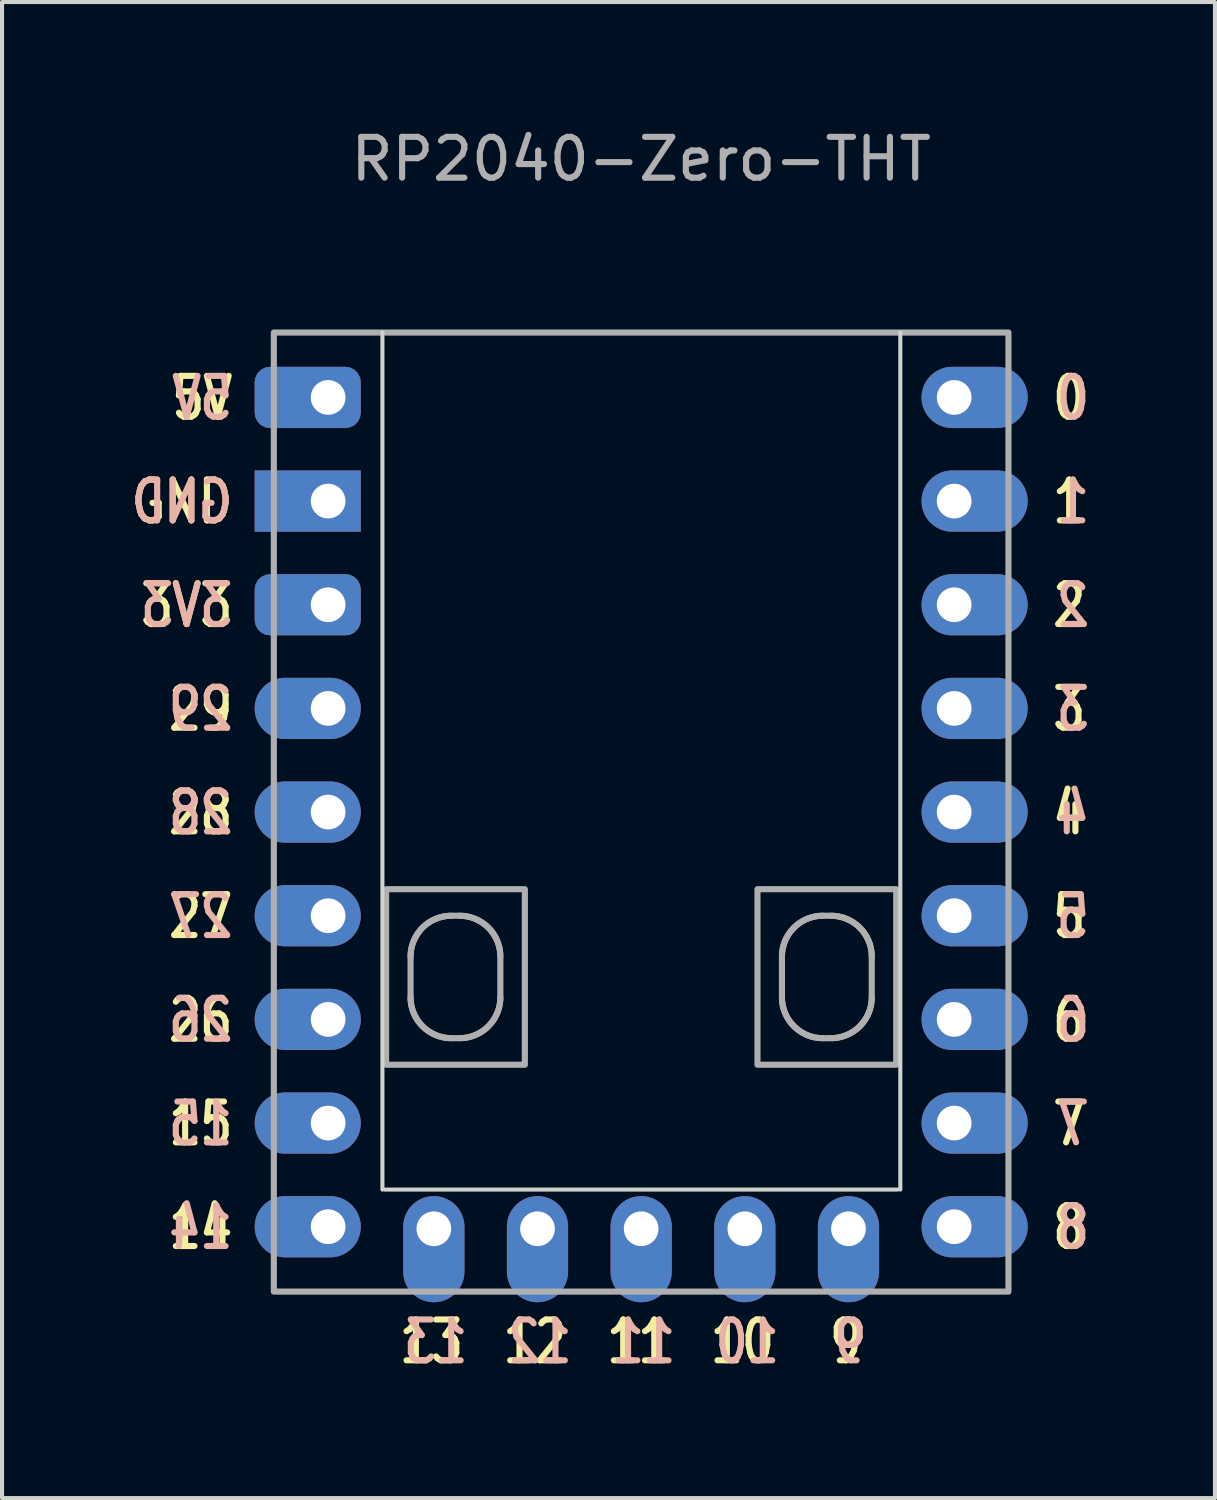
<source format=kicad_pcb>
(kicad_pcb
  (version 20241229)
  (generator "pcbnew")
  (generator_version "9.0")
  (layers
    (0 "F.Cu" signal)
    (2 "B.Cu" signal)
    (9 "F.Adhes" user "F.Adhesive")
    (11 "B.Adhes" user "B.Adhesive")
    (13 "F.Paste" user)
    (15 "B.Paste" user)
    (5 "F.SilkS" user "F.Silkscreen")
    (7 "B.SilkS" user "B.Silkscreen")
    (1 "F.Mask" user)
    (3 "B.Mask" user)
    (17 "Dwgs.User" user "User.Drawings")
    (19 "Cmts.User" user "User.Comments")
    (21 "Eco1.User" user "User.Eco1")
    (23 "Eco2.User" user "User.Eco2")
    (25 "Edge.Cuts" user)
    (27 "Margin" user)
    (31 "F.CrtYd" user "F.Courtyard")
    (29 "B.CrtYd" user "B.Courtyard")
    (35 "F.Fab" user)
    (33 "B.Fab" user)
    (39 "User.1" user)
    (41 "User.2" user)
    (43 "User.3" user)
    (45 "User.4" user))
  (footprint "RP2040-Zero-THT"
    (layer "F.Cu")
    (at 12.66 16.848)
    (property "Reference" "RP2040-Zero-THT" (at 0 -16 0) (layer "F.Fab") (effects (font (size 1 1) (thickness 0.15))))
    (attr through_hole exclude_from_pos_files)
    (fp_line (start -6.34 -11.75) (end -6.34 9.25) (stroke (width 0.1) (type solid)) (layer "Edge.Cuts"))
    (fp_line (start -6.28 9.25) (end 6.28 9.25) (stroke (width 0.1) (type solid)) (layer "Edge.Cuts"))
    (fp_line (start 6.35 9.25) (end 6.35 -11.75) (stroke (width 0.1) (type solid)) (layer "Edge.Cuts"))
    (fp_line (start -5.65 3.54) (end -5.649 3.489) (stroke (width 0.15) (type solid)) (layer "F.Fab"))
    (fp_line (start -5.65 4.54) (end -5.65 3.54) (stroke (width 0.15) (type solid)) (layer "F.Fab"))
    (fp_line (start -5.649 3.489) (end -5.645 3.438) (stroke (width 0.15) (type solid)) (layer "F.Fab"))
    (fp_line (start -5.649 4.591) (end -5.65 4.54) (stroke (width 0.15) (type solid)) (layer "F.Fab"))
    (fp_line (start -5.645 3.438) (end -5.638 3.388) (stroke (width 0.15) (type solid)) (layer "F.Fab"))
    (fp_line (start -5.645 4.642) (end -5.649 4.591) (stroke (width 0.15) (type solid)) (layer "F.Fab"))
    (fp_line (start -5.638 3.388) (end -5.63 3.339) (stroke (width 0.15) (type solid)) (layer "F.Fab"))
    (fp_line (start -5.638 4.692) (end -5.645 4.642) (stroke (width 0.15) (type solid)) (layer "F.Fab"))
    (fp_line (start -5.63 3.339) (end -5.618 3.29) (stroke (width 0.15) (type solid)) (layer "F.Fab"))
    (fp_line (start -5.63 4.741) (end -5.638 4.692) (stroke (width 0.15) (type solid)) (layer "F.Fab"))
    (fp_line (start -5.618 3.29) (end -5.605 3.243) (stroke (width 0.15) (type solid)) (layer "F.Fab"))
    (fp_line (start -5.618 4.79) (end -5.63 4.741) (stroke (width 0.15) (type solid)) (layer "F.Fab"))
    (fp_line (start -5.605 3.243) (end -5.589 3.196) (stroke (width 0.15) (type solid)) (layer "F.Fab"))
    (fp_line (start -5.605 4.837) (end -5.618 4.79) (stroke (width 0.15) (type solid)) (layer "F.Fab"))
    (fp_line (start -5.589 3.196) (end -5.571 3.151) (stroke (width 0.15) (type solid)) (layer "F.Fab"))
    (fp_line (start -5.589 4.884) (end -5.605 4.837) (stroke (width 0.15) (type solid)) (layer "F.Fab"))
    (fp_line (start -5.571 3.151) (end -5.551 3.107) (stroke (width 0.15) (type solid)) (layer "F.Fab"))
    (fp_line (start -5.571 4.929) (end -5.589 4.884) (stroke (width 0.15) (type solid)) (layer "F.Fab"))
    (fp_line (start -5.551 3.107) (end -5.529 3.064) (stroke (width 0.15) (type solid)) (layer "F.Fab"))
    (fp_line (start -5.551 4.973) (end -5.571 4.929) (stroke (width 0.15) (type solid)) (layer "F.Fab"))
    (fp_line (start -5.529 3.064) (end -5.505 3.022) (stroke (width 0.15) (type solid)) (layer "F.Fab"))
    (fp_line (start -5.529 5.016) (end -5.551 4.973) (stroke (width 0.15) (type solid)) (layer "F.Fab"))
    (fp_line (start -5.505 3.022) (end -5.479 2.981) (stroke (width 0.15) (type solid)) (layer "F.Fab"))
    (fp_line (start -5.505 5.058) (end -5.529 5.016) (stroke (width 0.15) (type solid)) (layer "F.Fab"))
    (fp_line (start -5.479 2.981) (end -5.451 2.942) (stroke (width 0.15) (type solid)) (layer "F.Fab"))
    (fp_line (start -5.479 5.099) (end -5.505 5.058) (stroke (width 0.15) (type solid)) (layer "F.Fab"))
    (fp_line (start -5.451 2.942) (end -5.422 2.904) (stroke (width 0.15) (type solid)) (layer "F.Fab"))
    (fp_line (start -5.451 5.138) (end -5.479 5.099) (stroke (width 0.15) (type solid)) (layer "F.Fab"))
    (fp_line (start -5.422 2.904) (end -5.39 2.868) (stroke (width 0.15) (type solid)) (layer "F.Fab"))
    (fp_line (start -5.422 5.176) (end -5.451 5.138) (stroke (width 0.15) (type solid)) (layer "F.Fab"))
    (fp_line (start -5.39 2.868) (end -5.357 2.833) (stroke (width 0.15) (type solid)) (layer "F.Fab"))
    (fp_line (start -5.39 5.212) (end -5.422 5.176) (stroke (width 0.15) (type solid)) (layer "F.Fab"))
    (fp_line (start -5.357 2.833) (end -5.322 2.8) (stroke (width 0.15) (type solid)) (layer "F.Fab"))
    (fp_line (start -5.357 5.247) (end -5.39 5.212) (stroke (width 0.15) (type solid)) (layer "F.Fab"))
    (fp_line (start -5.322 2.8) (end -5.286 2.768) (stroke (width 0.15) (type solid)) (layer "F.Fab"))
    (fp_line (start -5.322 5.28) (end -5.357 5.247) (stroke (width 0.15) (type solid)) (layer "F.Fab"))
    (fp_line (start -5.286 2.768) (end -5.248 2.739) (stroke (width 0.15) (type solid)) (layer "F.Fab"))
    (fp_line (start -5.286 5.312) (end -5.322 5.28) (stroke (width 0.15) (type solid)) (layer "F.Fab"))
    (fp_line (start -5.248 2.739) (end -5.209 2.711) (stroke (width 0.15) (type solid)) (layer "F.Fab"))
    (fp_line (start -5.248 5.341) (end -5.286 5.312) (stroke (width 0.15) (type solid)) (layer "F.Fab"))
    (fp_line (start -5.209 2.711) (end -5.168 2.685) (stroke (width 0.15) (type solid)) (layer "F.Fab"))
    (fp_line (start -5.209 5.369) (end -5.248 5.341) (stroke (width 0.15) (type solid)) (layer "F.Fab"))
    (fp_line (start -5.168 2.685) (end -5.126 2.661) (stroke (width 0.15) (type solid)) (layer "F.Fab"))
    (fp_line (start -5.168 5.395) (end -5.209 5.369) (stroke (width 0.15) (type solid)) (layer "F.Fab"))
    (fp_line (start -5.126 2.661) (end -5.083 2.639) (stroke (width 0.15) (type solid)) (layer "F.Fab"))
    (fp_line (start -5.126 5.419) (end -5.168 5.395) (stroke (width 0.15) (type solid)) (layer "F.Fab"))
    (fp_line (start -5.083 2.639) (end -5.039 2.619) (stroke (width 0.15) (type solid)) (layer "F.Fab"))
    (fp_line (start -5.083 5.441) (end -5.126 5.419) (stroke (width 0.15) (type solid)) (layer "F.Fab"))
    (fp_line (start -5.039 2.619) (end -4.994 2.601) (stroke (width 0.15) (type solid)) (layer "F.Fab"))
    (fp_line (start -5.039 5.461) (end -5.083 5.441) (stroke (width 0.15) (type solid)) (layer "F.Fab"))
    (fp_line (start -4.994 2.601) (end -4.947 2.585) (stroke (width 0.15) (type solid)) (layer "F.Fab"))
    (fp_line (start -4.994 5.479) (end -5.039 5.461) (stroke (width 0.15) (type solid)) (layer "F.Fab"))
    (fp_line (start -4.947 2.585) (end -4.9 2.572) (stroke (width 0.15) (type solid)) (layer "F.Fab"))
    (fp_line (start -4.947 5.495) (end -4.994 5.479) (stroke (width 0.15) (type solid)) (layer "F.Fab"))
    (fp_line (start -4.9 2.572) (end -4.851 2.56) (stroke (width 0.15) (type solid)) (layer "F.Fab"))
    (fp_line (start -4.9 5.508) (end -4.947 5.495) (stroke (width 0.15) (type solid)) (layer "F.Fab"))
    (fp_line (start -4.851 2.56) (end -4.802 2.552) (stroke (width 0.15) (type solid)) (layer "F.Fab"))
    (fp_line (start -4.851 5.52) (end -4.9 5.508) (stroke (width 0.15) (type solid)) (layer "F.Fab"))
    (fp_line (start -4.802 2.552) (end -4.752 2.545) (stroke (width 0.15) (type solid)) (layer "F.Fab"))
    (fp_line (start -4.802 5.528) (end -4.851 5.52) (stroke (width 0.15) (type solid)) (layer "F.Fab"))
    (fp_line (start -4.752 2.545) (end -4.701 2.541) (stroke (width 0.15) (type solid)) (layer "F.Fab"))
    (fp_line (start -4.752 5.535) (end -4.802 5.528) (stroke (width 0.15) (type solid)) (layer "F.Fab"))
    (fp_line (start -4.701 2.541) (end -4.65 2.54) (stroke (width 0.15) (type solid)) (layer "F.Fab"))
    (fp_line (start -4.701 5.539) (end -4.752 5.535) (stroke (width 0.15) (type solid)) (layer "F.Fab"))
    (fp_line (start -4.65 2.54) (end -4.45 2.54) (stroke (width 0.15) (type solid)) (layer "F.Fab"))
    (fp_line (start -4.65 5.54) (end -4.701 5.539) (stroke (width 0.15) (type solid)) (layer "F.Fab"))
    (fp_line (start -4.45 2.54) (end -4.399 2.541) (stroke (width 0.15) (type solid)) (layer "F.Fab"))
    (fp_line (start -4.45 5.54) (end -4.65 5.54) (stroke (width 0.15) (type solid)) (layer "F.Fab"))
    (fp_line (start -4.399 2.541) (end -4.348 2.545) (stroke (width 0.15) (type solid)) (layer "F.Fab"))
    (fp_line (start -4.399 5.539) (end -4.45 5.54) (stroke (width 0.15) (type solid)) (layer "F.Fab"))
    (fp_line (start -4.348 2.545) (end -4.298 2.552) (stroke (width 0.15) (type solid)) (layer "F.Fab"))
    (fp_line (start -4.348 5.535) (end -4.399 5.539) (stroke (width 0.15) (type solid)) (layer "F.Fab"))
    (fp_line (start -4.298 2.552) (end -4.249 2.56) (stroke (width 0.15) (type solid)) (layer "F.Fab"))
    (fp_line (start -4.298 5.528) (end -4.348 5.535) (stroke (width 0.15) (type solid)) (layer "F.Fab"))
    (fp_line (start -4.249 2.56) (end -4.2 2.572) (stroke (width 0.15) (type solid)) (layer "F.Fab"))
    (fp_line (start -4.249 5.52) (end -4.298 5.528) (stroke (width 0.15) (type solid)) (layer "F.Fab"))
    (fp_line (start -4.2 2.572) (end -4.153 2.585) (stroke (width 0.15) (type solid)) (layer "F.Fab"))
    (fp_line (start -4.2 5.508) (end -4.249 5.52) (stroke (width 0.15) (type solid)) (layer "F.Fab"))
    (fp_line (start -4.153 2.585) (end -4.106 2.601) (stroke (width 0.15) (type solid)) (layer "F.Fab"))
    (fp_line (start -4.153 5.495) (end -4.2 5.508) (stroke (width 0.15) (type solid)) (layer "F.Fab"))
    (fp_line (start -4.106 2.601) (end -4.061 2.619) (stroke (width 0.15) (type solid)) (layer "F.Fab"))
    (fp_line (start -4.106 5.479) (end -4.153 5.495) (stroke (width 0.15) (type solid)) (layer "F.Fab"))
    (fp_line (start -4.061 2.619) (end -4.017 2.639) (stroke (width 0.15) (type solid)) (layer "F.Fab"))
    (fp_line (start -4.061 5.461) (end -4.106 5.479) (stroke (width 0.15) (type solid)) (layer "F.Fab"))
    (fp_line (start -4.017 2.639) (end -3.974 2.661) (stroke (width 0.15) (type solid)) (layer "F.Fab"))
    (fp_line (start -4.017 5.441) (end -4.061 5.461) (stroke (width 0.15) (type solid)) (layer "F.Fab"))
    (fp_line (start -3.974 2.661) (end -3.932 2.685) (stroke (width 0.15) (type solid)) (layer "F.Fab"))
    (fp_line (start -3.974 5.419) (end -4.017 5.441) (stroke (width 0.15) (type solid)) (layer "F.Fab"))
    (fp_line (start -3.932 2.685) (end -3.891 2.711) (stroke (width 0.15) (type solid)) (layer "F.Fab"))
    (fp_line (start -3.932 5.395) (end -3.974 5.419) (stroke (width 0.15) (type solid)) (layer "F.Fab"))
    (fp_line (start -3.891 2.711) (end -3.852 2.739) (stroke (width 0.15) (type solid)) (layer "F.Fab"))
    (fp_line (start -3.891 5.369) (end -3.932 5.395) (stroke (width 0.15) (type solid)) (layer "F.Fab"))
    (fp_line (start -3.852 2.739) (end -3.814 2.768) (stroke (width 0.15) (type solid)) (layer "F.Fab"))
    (fp_line (start -3.852 5.341) (end -3.891 5.369) (stroke (width 0.15) (type solid)) (layer "F.Fab"))
    (fp_line (start -3.814 2.768) (end -3.778 2.8) (stroke (width 0.15) (type solid)) (layer "F.Fab"))
    (fp_line (start -3.814 5.312) (end -3.852 5.341) (stroke (width 0.15) (type solid)) (layer "F.Fab"))
    (fp_line (start -3.778 2.8) (end -3.743 2.833) (stroke (width 0.15) (type solid)) (layer "F.Fab"))
    (fp_line (start -3.778 5.28) (end -3.814 5.312) (stroke (width 0.15) (type solid)) (layer "F.Fab"))
    (fp_line (start -3.743 2.833) (end -3.71 2.868) (stroke (width 0.15) (type solid)) (layer "F.Fab"))
    (fp_line (start -3.743 5.247) (end -3.778 5.28) (stroke (width 0.15) (type solid)) (layer "F.Fab"))
    (fp_line (start -3.71 2.868) (end -3.678 2.904) (stroke (width 0.15) (type solid)) (layer "F.Fab"))
    (fp_line (start -3.71 5.212) (end -3.743 5.247) (stroke (width 0.15) (type solid)) (layer "F.Fab"))
    (fp_line (start -3.678 2.904) (end -3.649 2.942) (stroke (width 0.15) (type solid)) (layer "F.Fab"))
    (fp_line (start -3.678 5.176) (end -3.71 5.212) (stroke (width 0.15) (type solid)) (layer "F.Fab"))
    (fp_line (start -3.649 2.942) (end -3.621 2.981) (stroke (width 0.15) (type solid)) (layer "F.Fab"))
    (fp_line (start -3.649 5.138) (end -3.678 5.176) (stroke (width 0.15) (type solid)) (layer "F.Fab"))
    (fp_line (start -3.621 2.981) (end -3.595 3.022) (stroke (width 0.15) (type solid)) (layer "F.Fab"))
    (fp_line (start -3.621 5.099) (end -3.649 5.138) (stroke (width 0.15) (type solid)) (layer "F.Fab"))
    (fp_line (start -3.595 3.022) (end -3.571 3.064) (stroke (width 0.15) (type solid)) (layer "F.Fab"))
    (fp_line (start -3.595 5.058) (end -3.621 5.099) (stroke (width 0.15) (type solid)) (layer "F.Fab"))
    (fp_line (start -3.571 3.064) (end -3.549 3.107) (stroke (width 0.15) (type solid)) (layer "F.Fab"))
    (fp_line (start -3.571 5.016) (end -3.595 5.058) (stroke (width 0.15) (type solid)) (layer "F.Fab"))
    (fp_line (start -3.549 3.107) (end -3.529 3.151) (stroke (width 0.15) (type solid)) (layer "F.Fab"))
    (fp_line (start -3.549 4.973) (end -3.571 5.016) (stroke (width 0.15) (type solid)) (layer "F.Fab"))
    (fp_line (start -3.529 3.151) (end -3.511 3.196) (stroke (width 0.15) (type solid)) (layer "F.Fab"))
    (fp_line (start -3.529 4.929) (end -3.549 4.973) (stroke (width 0.15) (type solid)) (layer "F.Fab"))
    (fp_line (start -3.511 3.196) (end -3.495 3.243) (stroke (width 0.15) (type solid)) (layer "F.Fab"))
    (fp_line (start -3.511 4.884) (end -3.529 4.929) (stroke (width 0.15) (type solid)) (layer "F.Fab"))
    (fp_line (start -3.495 3.243) (end -3.482 3.29) (stroke (width 0.15) (type solid)) (layer "F.Fab"))
    (fp_line (start -3.495 4.837) (end -3.511 4.884) (stroke (width 0.15) (type solid)) (layer "F.Fab"))
    (fp_line (start -3.482 3.29) (end -3.47 3.339) (stroke (width 0.15) (type solid)) (layer "F.Fab"))
    (fp_line (start -3.482 4.79) (end -3.495 4.837) (stroke (width 0.15) (type solid)) (layer "F.Fab"))
    (fp_line (start -3.47 3.339) (end -3.462 3.388) (stroke (width 0.15) (type solid)) (layer "F.Fab"))
    (fp_line (start -3.47 4.741) (end -3.482 4.79) (stroke (width 0.15) (type solid)) (layer "F.Fab"))
    (fp_line (start -3.462 3.388) (end -3.455 3.438) (stroke (width 0.15) (type solid)) (layer "F.Fab"))
    (fp_line (start -3.462 4.692) (end -3.47 4.741) (stroke (width 0.15) (type solid)) (layer "F.Fab"))
    (fp_line (start -3.455 3.438) (end -3.451 3.489) (stroke (width 0.15) (type solid)) (layer "F.Fab"))
    (fp_line (start -3.455 4.642) (end -3.462 4.692) (stroke (width 0.15) (type solid)) (layer "F.Fab"))
    (fp_line (start -3.451 3.489) (end -3.45 3.54) (stroke (width 0.15) (type solid)) (layer "F.Fab"))
    (fp_line (start -3.451 4.591) (end -3.455 4.642) (stroke (width 0.15) (type solid)) (layer "F.Fab"))
    (fp_line (start -3.45 3.54) (end -3.45 4.54) (stroke (width 0.15) (type solid)) (layer "F.Fab"))
    (fp_line (start -3.45 4.54) (end -3.451 4.591) (stroke (width 0.15) (type solid)) (layer "F.Fab"))
    (fp_line (start 3.45 3.54) (end 3.451 3.489) (stroke (width 0.15) (type solid)) (layer "F.Fab"))
    (fp_line (start 3.45 4.54) (end 3.45 3.54) (stroke (width 0.15) (type solid)) (layer "F.Fab"))
    (fp_line (start 3.451 3.489) (end 3.455 3.438) (stroke (width 0.15) (type solid)) (layer "F.Fab"))
    (fp_line (start 3.451 4.591) (end 3.45 4.54) (stroke (width 0.15) (type solid)) (layer "F.Fab"))
    (fp_line (start 3.455 3.438) (end 3.462 3.388) (stroke (width 0.15) (type solid)) (layer "F.Fab"))
    (fp_line (start 3.455 4.642) (end 3.451 4.591) (stroke (width 0.15) (type solid)) (layer "F.Fab"))
    (fp_line (start 3.462 3.388) (end 3.47 3.339) (stroke (width 0.15) (type solid)) (layer "F.Fab"))
    (fp_line (start 3.462 4.692) (end 3.455 4.642) (stroke (width 0.15) (type solid)) (layer "F.Fab"))
    (fp_line (start 3.47 3.339) (end 3.482 3.29) (stroke (width 0.15) (type solid)) (layer "F.Fab"))
    (fp_line (start 3.47 4.741) (end 3.462 4.692) (stroke (width 0.15) (type solid)) (layer "F.Fab"))
    (fp_line (start 3.482 3.29) (end 3.495 3.243) (stroke (width 0.15) (type solid)) (layer "F.Fab"))
    (fp_line (start 3.482 4.79) (end 3.47 4.741) (stroke (width 0.15) (type solid)) (layer "F.Fab"))
    (fp_line (start 3.495 3.243) (end 3.511 3.196) (stroke (width 0.15) (type solid)) (layer "F.Fab"))
    (fp_line (start 3.495 4.837) (end 3.482 4.79) (stroke (width 0.15) (type solid)) (layer "F.Fab"))
    (fp_line (start 3.511 3.196) (end 3.529 3.151) (stroke (width 0.15) (type solid)) (layer "F.Fab"))
    (fp_line (start 3.511 4.884) (end 3.495 4.837) (stroke (width 0.15) (type solid)) (layer "F.Fab"))
    (fp_line (start 3.529 3.151) (end 3.549 3.107) (stroke (width 0.15) (type solid)) (layer "F.Fab"))
    (fp_line (start 3.529 4.929) (end 3.511 4.884) (stroke (width 0.15) (type solid)) (layer "F.Fab"))
    (fp_line (start 3.549 3.107) (end 3.571 3.064) (stroke (width 0.15) (type solid)) (layer "F.Fab"))
    (fp_line (start 3.549 4.973) (end 3.529 4.929) (stroke (width 0.15) (type solid)) (layer "F.Fab"))
    (fp_line (start 3.571 3.064) (end 3.595 3.022) (stroke (width 0.15) (type solid)) (layer "F.Fab"))
    (fp_line (start 3.571 5.016) (end 3.549 4.973) (stroke (width 0.15) (type solid)) (layer "F.Fab"))
    (fp_line (start 3.595 3.022) (end 3.621 2.981) (stroke (width 0.15) (type solid)) (layer "F.Fab"))
    (fp_line (start 3.595 5.058) (end 3.571 5.016) (stroke (width 0.15) (type solid)) (layer "F.Fab"))
    (fp_line (start 3.621 2.981) (end 3.649 2.942) (stroke (width 0.15) (type solid)) (layer "F.Fab"))
    (fp_line (start 3.621 5.099) (end 3.595 5.058) (stroke (width 0.15) (type solid)) (layer "F.Fab"))
    (fp_line (start 3.649 2.942) (end 3.678 2.904) (stroke (width 0.15) (type solid)) (layer "F.Fab"))
    (fp_line (start 3.649 5.138) (end 3.621 5.099) (stroke (width 0.15) (type solid)) (layer "F.Fab"))
    (fp_line (start 3.678 2.904) (end 3.71 2.868) (stroke (width 0.15) (type solid)) (layer "F.Fab"))
    (fp_line (start 3.678 5.176) (end 3.649 5.138) (stroke (width 0.15) (type solid)) (layer "F.Fab"))
    (fp_line (start 3.71 2.868) (end 3.743 2.833) (stroke (width 0.15) (type solid)) (layer "F.Fab"))
    (fp_line (start 3.71 5.212) (end 3.678 5.176) (stroke (width 0.15) (type solid)) (layer "F.Fab"))
    (fp_line (start 3.743 2.833) (end 3.778 2.8) (stroke (width 0.15) (type solid)) (layer "F.Fab"))
    (fp_line (start 3.743 5.247) (end 3.71 5.212) (stroke (width 0.15) (type solid)) (layer "F.Fab"))
    (fp_line (start 3.778 2.8) (end 3.814 2.768) (stroke (width 0.15) (type solid)) (layer "F.Fab"))
    (fp_line (start 3.778 5.28) (end 3.743 5.247) (stroke (width 0.15) (type solid)) (layer "F.Fab"))
    (fp_line (start 3.814 2.768) (end 3.852 2.739) (stroke (width 0.15) (type solid)) (layer "F.Fab"))
    (fp_line (start 3.814 5.312) (end 3.778 5.28) (stroke (width 0.15) (type solid)) (layer "F.Fab"))
    (fp_line (start 3.852 2.739) (end 3.891 2.711) (stroke (width 0.15) (type solid)) (layer "F.Fab"))
    (fp_line (start 3.852 5.341) (end 3.814 5.312) (stroke (width 0.15) (type solid)) (layer "F.Fab"))
    (fp_line (start 3.891 2.711) (end 3.932 2.685) (stroke (width 0.15) (type solid)) (layer "F.Fab"))
    (fp_line (start 3.891 5.369) (end 3.852 5.341) (stroke (width 0.15) (type solid)) (layer "F.Fab"))
    (fp_line (start 3.932 2.685) (end 3.974 2.661) (stroke (width 0.15) (type solid)) (layer "F.Fab"))
    (fp_line (start 3.932 5.395) (end 3.891 5.369) (stroke (width 0.15) (type solid)) (layer "F.Fab"))
    (fp_line (start 3.974 2.661) (end 4.017 2.639) (stroke (width 0.15) (type solid)) (layer "F.Fab"))
    (fp_line (start 3.974 5.419) (end 3.932 5.395) (stroke (width 0.15) (type solid)) (layer "F.Fab"))
    (fp_line (start 4.017 2.639) (end 4.061 2.619) (stroke (width 0.15) (type solid)) (layer "F.Fab"))
    (fp_line (start 4.017 5.441) (end 3.974 5.419) (stroke (width 0.15) (type solid)) (layer "F.Fab"))
    (fp_line (start 4.061 2.619) (end 4.106 2.601) (stroke (width 0.15) (type solid)) (layer "F.Fab"))
    (fp_line (start 4.061 5.461) (end 4.017 5.441) (stroke (width 0.15) (type solid)) (layer "F.Fab"))
    (fp_line (start 4.106 2.601) (end 4.153 2.585) (stroke (width 0.15) (type solid)) (layer "F.Fab"))
    (fp_line (start 4.106 5.479) (end 4.061 5.461) (stroke (width 0.15) (type solid)) (layer "F.Fab"))
    (fp_line (start 4.153 2.585) (end 4.2 2.572) (stroke (width 0.15) (type solid)) (layer "F.Fab"))
    (fp_line (start 4.153 5.495) (end 4.106 5.479) (stroke (width 0.15) (type solid)) (layer "F.Fab"))
    (fp_line (start 4.2 2.572) (end 4.249 2.56) (stroke (width 0.15) (type solid)) (layer "F.Fab"))
    (fp_line (start 4.2 5.508) (end 4.153 5.495) (stroke (width 0.15) (type solid)) (layer "F.Fab"))
    (fp_line (start 4.249 2.56) (end 4.298 2.552) (stroke (width 0.15) (type solid)) (layer "F.Fab"))
    (fp_line (start 4.249 5.52) (end 4.2 5.508) (stroke (width 0.15) (type solid)) (layer "F.Fab"))
    (fp_line (start 4.298 2.552) (end 4.348 2.545) (stroke (width 0.15) (type solid)) (layer "F.Fab"))
    (fp_line (start 4.298 5.528) (end 4.249 5.52) (stroke (width 0.15) (type solid)) (layer "F.Fab"))
    (fp_line (start 4.348 2.545) (end 4.399 2.541) (stroke (width 0.15) (type solid)) (layer "F.Fab"))
    (fp_line (start 4.348 5.535) (end 4.298 5.528) (stroke (width 0.15) (type solid)) (layer "F.Fab"))
    (fp_line (start 4.399 2.541) (end 4.45 2.54) (stroke (width 0.15) (type solid)) (layer "F.Fab"))
    (fp_line (start 4.399 5.539) (end 4.348 5.535) (stroke (width 0.15) (type solid)) (layer "F.Fab"))
    (fp_line (start 4.45 2.54) (end 4.65 2.54) (stroke (width 0.15) (type solid)) (layer "F.Fab"))
    (fp_line (start 4.45 5.54) (end 4.399 5.539) (stroke (width 0.15) (type solid)) (layer "F.Fab"))
    (fp_line (start 4.65 2.54) (end 4.701 2.541) (stroke (width 0.15) (type solid)) (layer "F.Fab"))
    (fp_line (start 4.65 5.54) (end 4.45 5.54) (stroke (width 0.15) (type solid)) (layer "F.Fab"))
    (fp_line (start 4.701 2.541) (end 4.752 2.545) (stroke (width 0.15) (type solid)) (layer "F.Fab"))
    (fp_line (start 4.701 5.539) (end 4.65 5.54) (stroke (width 0.15) (type solid)) (layer "F.Fab"))
    (fp_line (start 4.752 2.545) (end 4.802 2.552) (stroke (width 0.15) (type solid)) (layer "F.Fab"))
    (fp_line (start 4.752 5.535) (end 4.701 5.539) (stroke (width 0.15) (type solid)) (layer "F.Fab"))
    (fp_line (start 4.802 2.552) (end 4.851 2.56) (stroke (width 0.15) (type solid)) (layer "F.Fab"))
    (fp_line (start 4.802 5.528) (end 4.752 5.535) (stroke (width 0.15) (type solid)) (layer "F.Fab"))
    (fp_line (start 4.851 2.56) (end 4.9 2.572) (stroke (width 0.15) (type solid)) (layer "F.Fab"))
    (fp_line (start 4.851 5.52) (end 4.802 5.528) (stroke (width 0.15) (type solid)) (layer "F.Fab"))
    (fp_line (start 4.9 2.572) (end 4.947 2.585) (stroke (width 0.15) (type solid)) (layer "F.Fab"))
    (fp_line (start 4.9 5.508) (end 4.851 5.52) (stroke (width 0.15) (type solid)) (layer "F.Fab"))
    (fp_line (start 4.947 2.585) (end 4.994 2.601) (stroke (width 0.15) (type solid)) (layer "F.Fab"))
    (fp_line (start 4.947 5.495) (end 4.9 5.508) (stroke (width 0.15) (type solid)) (layer "F.Fab"))
    (fp_line (start 4.994 2.601) (end 5.039 2.619) (stroke (width 0.15) (type solid)) (layer "F.Fab"))
    (fp_line (start 4.994 5.479) (end 4.947 5.495) (stroke (width 0.15) (type solid)) (layer "F.Fab"))
    (fp_line (start 5.039 2.619) (end 5.083 2.639) (stroke (width 0.15) (type solid)) (layer "F.Fab"))
    (fp_line (start 5.039 5.461) (end 4.994 5.479) (stroke (width 0.15) (type solid)) (layer "F.Fab"))
    (fp_line (start 5.083 2.639) (end 5.126 2.661) (stroke (width 0.15) (type solid)) (layer "F.Fab"))
    (fp_line (start 5.083 5.441) (end 5.039 5.461) (stroke (width 0.15) (type solid)) (layer "F.Fab"))
    (fp_line (start 5.126 2.661) (end 5.168 2.685) (stroke (width 0.15) (type solid)) (layer "F.Fab"))
    (fp_line (start 5.126 5.419) (end 5.083 5.441) (stroke (width 0.15) (type solid)) (layer "F.Fab"))
    (fp_line (start 5.168 2.685) (end 5.209 2.711) (stroke (width 0.15) (type solid)) (layer "F.Fab"))
    (fp_line (start 5.168 5.395) (end 5.126 5.419) (stroke (width 0.15) (type solid)) (layer "F.Fab"))
    (fp_line (start 5.209 2.711) (end 5.248 2.739) (stroke (width 0.15) (type solid)) (layer "F.Fab"))
    (fp_line (start 5.209 5.369) (end 5.168 5.395) (stroke (width 0.15) (type solid)) (layer "F.Fab"))
    (fp_line (start 5.248 2.739) (end 5.286 2.768) (stroke (width 0.15) (type solid)) (layer "F.Fab"))
    (fp_line (start 5.248 5.341) (end 5.209 5.369) (stroke (width 0.15) (type solid)) (layer "F.Fab"))
    (fp_line (start 5.286 2.768) (end 5.322 2.8) (stroke (width 0.15) (type solid)) (layer "F.Fab"))
    (fp_line (start 5.286 5.312) (end 5.248 5.341) (stroke (width 0.15) (type solid)) (layer "F.Fab"))
    (fp_line (start 5.322 2.8) (end 5.357 2.833) (stroke (width 0.15) (type solid)) (layer "F.Fab"))
    (fp_line (start 5.322 5.28) (end 5.286 5.312) (stroke (width 0.15) (type solid)) (layer "F.Fab"))
    (fp_line (start 5.357 2.833) (end 5.39 2.868) (stroke (width 0.15) (type solid)) (layer "F.Fab"))
    (fp_line (start 5.357 5.247) (end 5.322 5.28) (stroke (width 0.15) (type solid)) (layer "F.Fab"))
    (fp_line (start 5.39 2.868) (end 5.422 2.904) (stroke (width 0.15) (type solid)) (layer "F.Fab"))
    (fp_line (start 5.39 5.212) (end 5.357 5.247) (stroke (width 0.15) (type solid)) (layer "F.Fab"))
    (fp_line (start 5.422 2.904) (end 5.451 2.942) (stroke (width 0.15) (type solid)) (layer "F.Fab"))
    (fp_line (start 5.422 5.176) (end 5.39 5.212) (stroke (width 0.15) (type solid)) (layer "F.Fab"))
    (fp_line (start 5.451 2.942) (end 5.479 2.981) (stroke (width 0.15) (type solid)) (layer "F.Fab"))
    (fp_line (start 5.451 5.138) (end 5.422 5.176) (stroke (width 0.15) (type solid)) (layer "F.Fab"))
    (fp_line (start 5.479 2.981) (end 5.505 3.022) (stroke (width 0.15) (type solid)) (layer "F.Fab"))
    (fp_line (start 5.479 5.099) (end 5.451 5.138) (stroke (width 0.15) (type solid)) (layer "F.Fab"))
    (fp_line (start 5.505 3.022) (end 5.529 3.064) (stroke (width 0.15) (type solid)) (layer "F.Fab"))
    (fp_line (start 5.505 5.058) (end 5.479 5.099) (stroke (width 0.15) (type solid)) (layer "F.Fab"))
    (fp_line (start 5.529 3.064) (end 5.551 3.107) (stroke (width 0.15) (type solid)) (layer "F.Fab"))
    (fp_line (start 5.529 5.016) (end 5.505 5.058) (stroke (width 0.15) (type solid)) (layer "F.Fab"))
    (fp_line (start 5.551 3.107) (end 5.571 3.151) (stroke (width 0.15) (type solid)) (layer "F.Fab"))
    (fp_line (start 5.551 4.973) (end 5.529 5.016) (stroke (width 0.15) (type solid)) (layer "F.Fab"))
    (fp_line (start 5.571 3.151) (end 5.589 3.196) (stroke (width 0.15) (type solid)) (layer "F.Fab"))
    (fp_line (start 5.571 4.929) (end 5.551 4.973) (stroke (width 0.15) (type solid)) (layer "F.Fab"))
    (fp_line (start 5.589 3.196) (end 5.605 3.243) (stroke (width 0.15) (type solid)) (layer "F.Fab"))
    (fp_line (start 5.589 4.884) (end 5.571 4.929) (stroke (width 0.15) (type solid)) (layer "F.Fab"))
    (fp_line (start 5.605 3.243) (end 5.618 3.29) (stroke (width 0.15) (type solid)) (layer "F.Fab"))
    (fp_line (start 5.605 4.837) (end 5.589 4.884) (stroke (width 0.15) (type solid)) (layer "F.Fab"))
    (fp_line (start 5.618 3.29) (end 5.63 3.339) (stroke (width 0.15) (type solid)) (layer "F.Fab"))
    (fp_line (start 5.618 4.79) (end 5.605 4.837) (stroke (width 0.15) (type solid)) (layer "F.Fab"))
    (fp_line (start 5.63 3.339) (end 5.638 3.388) (stroke (width 0.15) (type solid)) (layer "F.Fab"))
    (fp_line (start 5.63 4.741) (end 5.618 4.79) (stroke (width 0.15) (type solid)) (layer "F.Fab"))
    (fp_line (start 5.638 3.388) (end 5.645 3.438) (stroke (width 0.15) (type solid)) (layer "F.Fab"))
    (fp_line (start 5.638 4.692) (end 5.63 4.741) (stroke (width 0.15) (type solid)) (layer "F.Fab"))
    (fp_line (start 5.645 3.438) (end 5.649 3.489) (stroke (width 0.15) (type solid)) (layer "F.Fab"))
    (fp_line (start 5.645 4.642) (end 5.638 4.692) (stroke (width 0.15) (type solid)) (layer "F.Fab"))
    (fp_line (start 5.649 3.489) (end 5.65 3.54) (stroke (width 0.15) (type solid)) (layer "F.Fab"))
    (fp_line (start 5.649 4.591) (end 5.645 4.642) (stroke (width 0.15) (type solid)) (layer "F.Fab"))
    (fp_line (start 5.65 3.54) (end 5.65 4.54) (stroke (width 0.15) (type solid)) (layer "F.Fab"))
    (fp_line (start 5.65 4.54) (end 5.649 4.591) (stroke (width 0.15) (type solid)) (layer "F.Fab"))
    (fp_rect (start -9 -11.75) (end 9 11.75) (stroke (width 0.15) (type solid)) (fill no) (layer "F.Fab"))
    (fp_rect (start -6.25 1.89) (end -2.85 6.19) (stroke (width 0.15) (type default)) (fill no) (layer "F.Fab"))
    (fp_rect (start 2.85 1.89) (end 6.25 6.19) (stroke (width 0.15) (type default)) (fill no) (layer "F.Fab"))
    (fp_text user "14" (at -9.932 10.762 0) (unlocked yes) (layer "F.SilkS") (effects (font (size 1 0.8) (thickness 0.15)) (justify right bottom)))
    (fp_text user "28" (at -9.932 0.602 0) (unlocked yes) (layer "F.SilkS") (effects (font (size 1 0.8) (thickness 0.15)) (justify right bottom)))
    (fp_text user "12" (at -3.46 13.563 0) (unlocked yes) (layer "F.SilkS") (effects (font (size 1 0.8) (thickness 0.15)) (justify left bottom)))
    (fp_text user "3V3" (at -9.932 -4.478 0) (unlocked yes) (layer "F.SilkS") (effects (font (size 1 0.8) (thickness 0.15)) (justify right bottom)))
    (fp_text user "4" (at 10.008 0.602 0) (unlocked yes) (layer "F.SilkS") (effects (font (size 1 0.8) (thickness 0.15)) (justify left bottom)))
    (fp_text user "29" (at -9.932 -1.938 0) (unlocked yes) (layer "F.SilkS") (effects (font (size 1 0.8) (thickness 0.15)) (justify right bottom)))
    (fp_text user "26" (at -9.932 5.682 0) (unlocked yes) (layer "F.SilkS") (effects (font (size 1 0.8) (thickness 0.15)) (justify right bottom)))
    (fp_text user "15" (at -9.932 8.222 0) (unlocked yes) (layer "F.SilkS") (effects (font (size 1 0.8) (thickness 0.15)) (justify right bottom)))
    (fp_text user "13" (at -6 13.563 0) (unlocked yes) (layer "F.SilkS") (effects (font (size 1 0.8) (thickness 0.15)) (justify left bottom)))
    (fp_text user "9" (at 4.541 13.563 0) (unlocked yes) (layer "F.SilkS") (effects (font (size 1 0.8) (thickness 0.15)) (justify left bottom)))
    (fp_text user "1" (at 10.008 -7.018 0) (unlocked yes) (layer "F.SilkS") (effects (font (size 1 0.8) (thickness 0.15)) (justify left bottom)))
    (fp_text user "8" (at 10.008 10.762 0) (unlocked yes) (layer "F.SilkS") (effects (font (size 1 0.8) (thickness 0.15)) (justify left bottom)))
    (fp_text user "10" (at 1.62 13.563 0) (unlocked yes) (layer "F.SilkS") (effects (font (size 1 0.8) (thickness 0.15)) (justify left bottom)))
    (fp_text user "5V" (at -9.932 -9.558 0) (unlocked yes) (layer "F.SilkS") (effects (font (size 1 0.8) (thickness 0.15)) (justify right bottom)))
    (fp_text user "6" (at 10.008 5.682 0) (unlocked yes) (layer "F.SilkS") (effects (font (size 1 0.8) (thickness 0.15)) (justify left bottom)))
    (fp_text user "27" (at -9.932 3.142 0) (unlocked yes) (layer "F.SilkS") (effects (font (size 1 0.8) (thickness 0.15)) (justify right bottom)))
    (fp_text user "3" (at 10.008 -1.938 0) (unlocked yes) (layer "F.SilkS") (effects (font (size 1 0.8) (thickness 0.15)) (justify left bottom)))
    (fp_text user "0" (at 10.008 -9.558 0) (unlocked yes) (layer "F.SilkS") (effects (font (size 1 0.8) (thickness 0.15)) (justify left bottom)))
    (fp_text user "11" (at -0.92 13.563 0) (unlocked yes) (layer "F.SilkS") (effects (font (size 1 0.8) (thickness 0.15)) (justify left bottom)))
    (fp_text user "7" (at 10.008 8.222 0) (unlocked yes) (layer "F.SilkS") (effects (font (size 1 0.8) (thickness 0.15)) (justify left bottom)))
    (fp_text user "5" (at 10.008 3.142 0) (unlocked yes) (layer "F.SilkS") (effects (font (size 1 0.8) (thickness 0.15)) (justify left bottom)))
    (fp_text user "GND" (at -9.932 -7.018 0) (unlocked yes) (layer "F.SilkS") (effects (font (size 1 0.8) (thickness 0.15)) (justify right bottom)))
    (fp_text user "2" (at 10.008 -4.478 0) (unlocked yes) (layer "F.SilkS") (effects (font (size 1 0.8) (thickness 0.15)) (justify left bottom)))
    (fp_text user "1" (at 11.06 -7.018 0) (unlocked yes) (layer "B.SilkS") (effects (font (size 1 0.8) (thickness 0.15)) (justify left bottom mirror)))
    (fp_text user "0" (at 11.06 -9.558 0) (unlocked yes) (layer "B.SilkS") (effects (font (size 1 0.8) (thickness 0.15)) (justify left bottom mirror)))
    (fp_text user "9" (at 5.606 13.563 0) (unlocked yes) (layer "B.SilkS") (effects (font (size 1 0.8) (thickness 0.15)) (justify left bottom mirror)))
    (fp_text user "5V" (at -9.932 -9.558 0) (unlocked yes) (layer "B.SilkS") (effects (font (size 1 0.8) (thickness 0.15)) (justify left bottom mirror)))
    (fp_text user "5" (at 11.06 3.142 0) (unlocked yes) (layer "B.SilkS") (effects (font (size 1 0.8) (thickness 0.15)) (justify left bottom mirror)))
    (fp_text user "6" (at 11.06 5.682 0) (unlocked yes) (layer "B.SilkS") (effects (font (size 1 0.8) (thickness 0.15)) (justify left bottom mirror)))
    (fp_text user "11" (at 0.92 13.563 0) (unlocked yes) (layer "B.SilkS") (effects (font (size 1 0.8) (thickness 0.15)) (justify left bottom mirror)))
    (fp_text user "14" (at -9.932 10.762 0) (unlocked yes) (layer "B.SilkS") (effects (font (size 1 0.8) (thickness 0.15)) (justify left bottom mirror)))
    (fp_text user "7" (at 11.06 8.222 0) (unlocked yes) (layer "B.SilkS") (effects (font (size 1 0.8) (thickness 0.15)) (justify left bottom mirror)))
    (fp_text user "26" (at -9.932 5.682 0) (unlocked yes) (layer "B.SilkS") (effects (font (size 1 0.8) (thickness 0.15)) (justify left bottom mirror)))
    (fp_text user "28" (at -9.932 0.602 0) (unlocked yes) (layer "B.SilkS") (effects (font (size 1 0.8) (thickness 0.15)) (justify left bottom mirror)))
    (fp_text user "13" (at -4.173 13.563 0) (unlocked yes) (layer "B.SilkS") (effects (font (size 1 0.8) (thickness 0.15)) (justify left bottom mirror)))
    (fp_text user "2" (at 11.06 -4.478 0) (unlocked yes) (layer "B.SilkS") (effects (font (size 1 0.8) (thickness 0.15)) (justify left bottom mirror)))
    (fp_text user "29" (at -9.932 -1.938 0) (unlocked yes) (layer "B.SilkS") (effects (font (size 1 0.8) (thickness 0.15)) (justify left bottom mirror)))
    (fp_text user "12" (at -1.62 13.563 0) (unlocked yes) (layer "B.SilkS") (effects (font (size 1 0.8) (thickness 0.15)) (justify left bottom mirror)))
    (fp_text user "27" (at -9.932 3.142 0) (unlocked yes) (layer "B.SilkS") (effects (font (size 1 0.8) (thickness 0.15)) (justify left bottom mirror)))
    (fp_text user "3V3" (at -9.932 -4.478 0) (unlocked yes) (layer "B.SilkS") (effects (font (size 1 0.8) (thickness 0.15)) (justify left bottom mirror)))
    (fp_text user "4" (at 11.06 0.602 0) (unlocked yes) (layer "B.SilkS") (effects (font (size 1 0.8) (thickness 0.15)) (justify left bottom mirror)))
    (fp_text user "8" (at 11.06 10.762 0) (unlocked yes) (layer "B.SilkS") (effects (font (size 1 0.8) (thickness 0.15)) (justify left bottom mirror)))
    (fp_text user "GND" (at -9.932 -7.018 0) (unlocked yes) (layer "B.SilkS") (effects (font (size 1 0.8) (thickness 0.15)) (justify left bottom mirror)))
    (fp_text user "3" (at 11.06 -1.938 0) (unlocked yes) (layer "B.SilkS") (effects (font (size 1 0.8) (thickness 0.15)) (justify left bottom mirror)))
    (fp_text user "10" (at 3.46 13.563 0) (unlocked yes) (layer "B.SilkS") (effects (font (size 1 0.8) (thickness 0.15)) (justify left bottom mirror)))
    (fp_text user "15" (at -9.932 8.222 0) (unlocked yes) (layer "B.SilkS") (effects (font (size 1 0.8) (thickness 0.15)) (justify left bottom mirror)))
    (pad "0" thru_hole oval (at 7.67 -10.16 180) (size 2.6 1.5) (drill 0.85 (offset -0.5 0)) (layers "*.Cu" "*.Mask"))
    (pad "1" thru_hole oval (at 7.67 -7.62 180) (size 2.6 1.5) (drill 0.85 (offset -0.5 0)) (layers "*.Cu" "*.Mask"))
    (pad "2" thru_hole oval (at 7.67 -5.08 180) (size 2.6 1.5) (drill 0.85 (offset -0.5 0)) (layers "*.Cu" "*.Mask"))
    (pad "3" thru_hole oval (at 7.67 -2.54 180) (size 2.6 1.5) (drill 0.85 (offset -0.5 0)) (layers "*.Cu" "*.Mask"))
    (pad "4" thru_hole oval (at 7.67 0 180) (size 2.6 1.5) (drill 0.85 (offset -0.5 0)) (layers "*.Cu" "*.Mask"))
    (pad "5" thru_hole oval (at 7.67 2.54 180) (size 2.6 1.5) (drill 0.85 (offset -0.5 0)) (layers "*.Cu" "*.Mask"))
    (pad "6" thru_hole oval (at 7.67 5.08 180) (size 2.6 1.5) (drill 0.85 (offset -0.5 0)) (layers "*.Cu" "*.Mask"))
    (pad "7" thru_hole oval (at 7.67 7.62 180) (size 2.6 1.5) (drill 0.85 (offset -0.5 0)) (layers "*.Cu" "*.Mask"))
    (pad "8" thru_hole oval (at 7.67 10.16 180) (size 2.6 1.5) (drill 0.85 (offset -0.5 0)) (layers "*.Cu" "*.Mask"))
    (pad "9" thru_hole oval (at 5.08 10.21 90) (size 2.6 1.5) (drill 0.85 (offset -0.5 0)) (layers "*.Cu" "*.Mask"))
    (pad "10" thru_hole oval (at 2.54 10.21 90) (size 2.6 1.5) (drill 0.85 (offset -0.5 0)) (layers "*.Cu" "*.Mask"))
    (pad "11" thru_hole oval (at 0 10.21 90) (size 2.6 1.5) (drill 0.85 (offset -0.5 0)) (layers "*.Cu" "*.Mask"))
    (pad "12" thru_hole oval (at -2.54 10.21 90) (size 2.6 1.5) (drill 0.85 (offset -0.5 0)) (layers "*.Cu" "*.Mask"))
    (pad "13" thru_hole oval (at -5.08 10.21 90) (size 2.6 1.5) (drill 0.85 (offset -0.5 0)) (layers "*.Cu" "*.Mask"))
    (pad "14" thru_hole oval (at -7.67 10.16) (size 2.6 1.5) (drill 0.85 (offset -0.5 0)) (layers "*.Cu" "*.Mask"))
    (pad "15" thru_hole oval (at -7.67 7.62) (size 2.6 1.5) (drill 0.85 (offset -0.5 0)) (layers "*.Cu" "*.Mask"))
    (pad "26" thru_hole oval (at -7.67 5.08) (size 2.6 1.5) (drill 0.85 (offset -0.5 0)) (layers "*.Cu" "*.Mask"))
    (pad "27" thru_hole oval (at -7.67 2.54) (size 2.6 1.5) (drill 0.85 (offset -0.5 0)) (layers "*.Cu" "*.Mask"))
    (pad "28" thru_hole oval (at -7.67 0) (size 2.6 1.5) (drill 0.85 (offset -0.5 0)) (layers "*.Cu" "*.Mask"))
    (pad "29" thru_hole oval (at -7.67 -2.54) (size 2.6 1.5) (drill 0.85 (offset -0.5 0)) (layers "*.Cu" "*.Mask"))
    (pad "30" thru_hole roundrect (at -7.67 -5.08) (size 2.6 1.5) (drill 0.85 (offset -0.5 0)) (layers "*.Cu" "*.Mask") (roundrect_rratio 0.25))
    (pad "31" thru_hole rect (at -7.67 -7.62) (size 2.6 1.5) (drill 0.85 (offset -0.5 0)) (layers "*.Cu" "*.Mask"))
    (pad "32" thru_hole roundrect (at -7.67 -10.16) (size 2.6 1.5) (drill 0.85 (offset -0.5 0)) (layers "*.Cu" "*.Mask") (roundrect_rratio 0.25)))
  (gr_rect
    (start -3 -3)
    (end 26.72 33.658)
    (stroke (width 0.1) (type default))
    (fill no)
    (layer "Edge.Cuts")))
</source>
